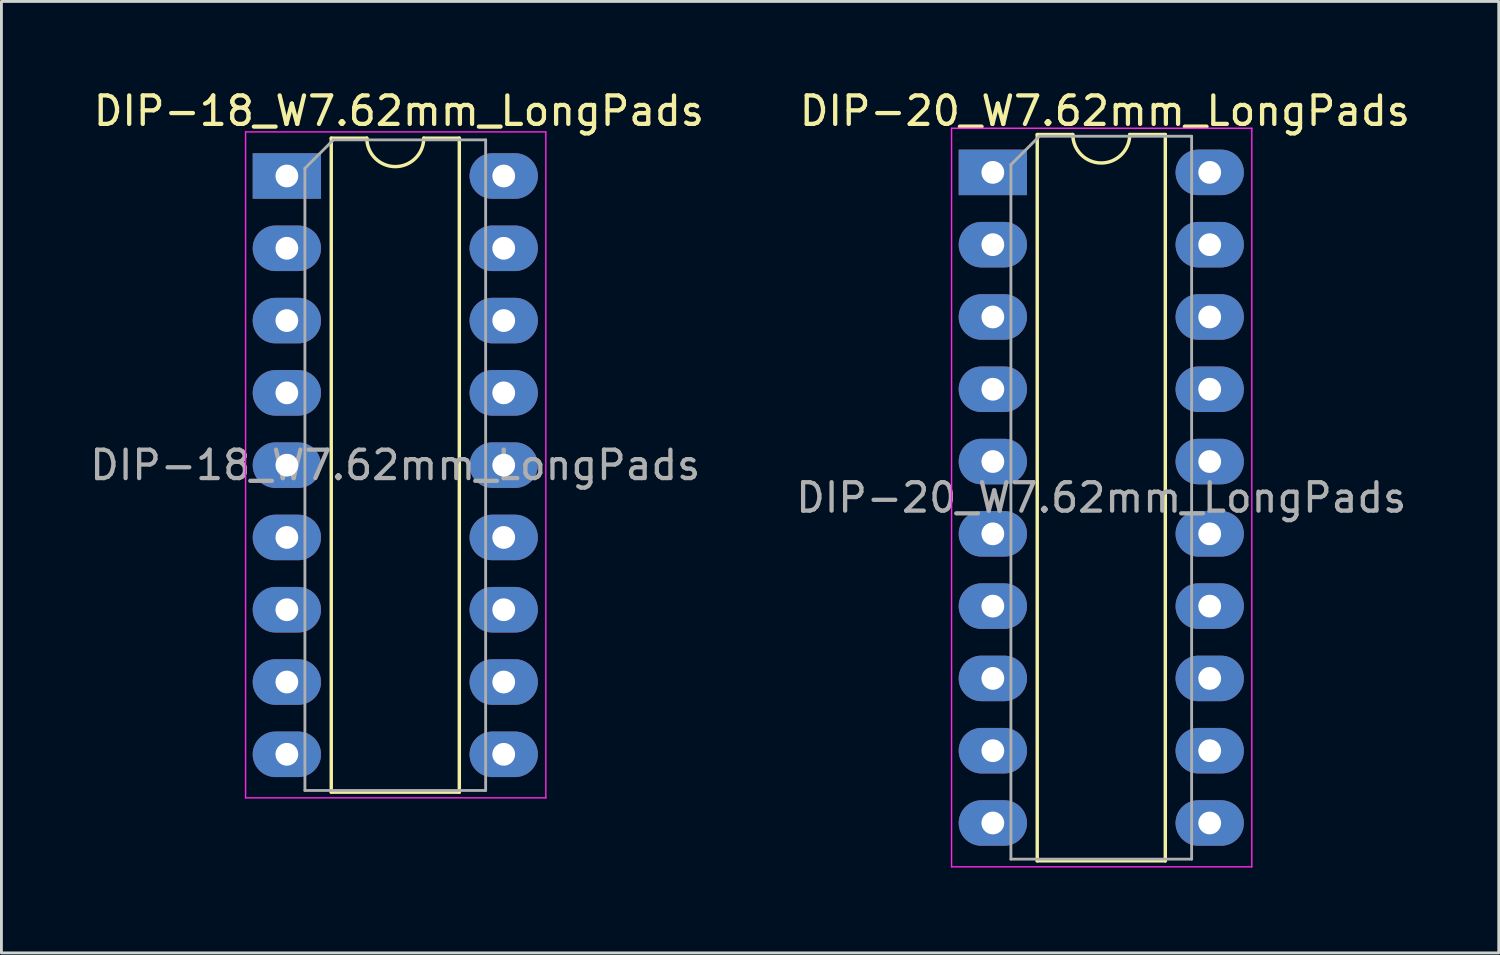
<source format=kicad_pcb>
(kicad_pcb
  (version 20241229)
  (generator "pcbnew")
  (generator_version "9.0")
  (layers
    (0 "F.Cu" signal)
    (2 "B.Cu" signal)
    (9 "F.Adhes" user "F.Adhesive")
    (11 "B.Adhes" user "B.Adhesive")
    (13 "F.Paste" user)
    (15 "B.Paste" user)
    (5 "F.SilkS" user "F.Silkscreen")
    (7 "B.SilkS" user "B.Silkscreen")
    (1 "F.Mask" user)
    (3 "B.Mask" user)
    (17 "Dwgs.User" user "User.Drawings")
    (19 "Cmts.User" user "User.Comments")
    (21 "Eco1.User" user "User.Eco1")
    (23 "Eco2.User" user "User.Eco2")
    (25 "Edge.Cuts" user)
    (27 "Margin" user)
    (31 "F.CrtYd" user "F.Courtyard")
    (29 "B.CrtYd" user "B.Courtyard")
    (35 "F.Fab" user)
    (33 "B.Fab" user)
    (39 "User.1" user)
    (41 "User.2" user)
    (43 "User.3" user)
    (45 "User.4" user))
  (footprint "DIP-18_W7.62mm_LongPads"
    (layer "F.Cu")
    (at 7.029 3.134)
    (property "Reference" "DIP-18_W7.62mm_LongPads" (at 3.937 -2.286 180) (layer "F.SilkS") (effects (font (size 1 1) (thickness 0.15))))
    (attr through_hole)
    (fp_line (start 1.56 -1.33) (end 1.56 21.65) (stroke (width 0.12) (type solid)) (layer "F.SilkS"))
    (fp_line (start 1.56 21.65) (end 6.06 21.65) (stroke (width 0.12) (type solid)) (layer "F.SilkS"))
    (fp_line (start 2.81 -1.33) (end 1.56 -1.33) (stroke (width 0.12) (type solid)) (layer "F.SilkS"))
    (fp_line (start 6.06 -1.33) (end 4.81 -1.33) (stroke (width 0.12) (type solid)) (layer "F.SilkS"))
    (fp_line (start 6.06 21.65) (end 6.06 -1.33) (stroke (width 0.12) (type solid)) (layer "F.SilkS"))
    (fp_arc (start 4.81 -1.33) (mid 3.81 -0.33) (end 2.81 -1.33) (stroke (width 0.12) (type solid)) (layer "F.SilkS"))
    (fp_line (start -1.45 -1.55) (end -1.45 21.85) (stroke (width 0.05) (type solid)) (layer "F.CrtYd"))
    (fp_line (start -1.45 21.85) (end 9.1 21.85) (stroke (width 0.05) (type solid)) (layer "F.CrtYd"))
    (fp_line (start 9.1 -1.55) (end -1.45 -1.55) (stroke (width 0.05) (type solid)) (layer "F.CrtYd"))
    (fp_line (start 9.1 21.85) (end 9.1 -1.55) (stroke (width 0.05) (type solid)) (layer "F.CrtYd"))
    (fp_line (start 0.635 -0.27) (end 1.635 -1.27) (stroke (width 0.1) (type solid)) (layer "F.Fab"))
    (fp_line (start 0.635 21.59) (end 0.635 -0.27) (stroke (width 0.1) (type solid)) (layer "F.Fab"))
    (fp_line (start 1.635 -1.27) (end 6.985 -1.27) (stroke (width 0.1) (type solid)) (layer "F.Fab"))
    (fp_line (start 6.985 -1.27) (end 6.985 21.59) (stroke (width 0.1) (type solid)) (layer "F.Fab"))
    (fp_line (start 6.985 21.59) (end 0.635 21.59) (stroke (width 0.1) (type solid)) (layer "F.Fab"))
    (fp_text user "${REFERENCE}" (at 3.81 10.16 0) (layer "F.Fab") (effects (font (size 1 1) (thickness 0.15))))
    (pad "1" thru_hole rect (at 0 0) (size 2.4 1.6) (drill 0.8) (layers "*.Cu" "*.Mask"))
    (pad "2" thru_hole oval (at 0 2.54) (size 2.4 1.6) (drill 0.8) (layers "*.Cu" "*.Mask"))
    (pad "3" thru_hole oval (at 0 5.08) (size 2.4 1.6) (drill 0.8) (layers "*.Cu" "*.Mask"))
    (pad "4" thru_hole oval (at 0 7.62) (size 2.4 1.6) (drill 0.8) (layers "*.Cu" "*.Mask"))
    (pad "5" thru_hole oval (at 0 10.16) (size 2.4 1.6) (drill 0.8) (layers "*.Cu" "*.Mask"))
    (pad "6" thru_hole oval (at 0 12.7) (size 2.4 1.6) (drill 0.8) (layers "*.Cu" "*.Mask"))
    (pad "7" thru_hole oval (at 0 15.24) (size 2.4 1.6) (drill 0.8) (layers "*.Cu" "*.Mask"))
    (pad "8" thru_hole oval (at 0 17.78) (size 2.4 1.6) (drill 0.8) (layers "*.Cu" "*.Mask"))
    (pad "9" thru_hole oval (at 0 20.32) (size 2.4 1.6) (drill 0.8) (layers "*.Cu" "*.Mask"))
    (pad "10" thru_hole oval (at 7.62 20.32) (size 2.4 1.6) (drill 0.8) (layers "*.Cu" "*.Mask"))
    (pad "11" thru_hole oval (at 7.62 17.78) (size 2.4 1.6) (drill 0.8) (layers "*.Cu" "*.Mask"))
    (pad "12" thru_hole oval (at 7.62 15.24) (size 2.4 1.6) (drill 0.8) (layers "*.Cu" "*.Mask"))
    (pad "13" thru_hole oval (at 7.62 12.7) (size 2.4 1.6) (drill 0.8) (layers "*.Cu" "*.Mask"))
    (pad "14" thru_hole oval (at 7.62 10.16) (size 2.4 1.6) (drill 0.8) (layers "*.Cu" "*.Mask"))
    (pad "15" thru_hole oval (at 7.62 7.62) (size 2.4 1.6) (drill 0.8) (layers "*.Cu" "*.Mask"))
    (pad "16" thru_hole oval (at 7.62 5.08) (size 2.4 1.6) (drill 0.8) (layers "*.Cu" "*.Mask"))
    (pad "17" thru_hole oval (at 7.62 2.54) (size 2.4 1.6) (drill 0.8) (layers "*.Cu" "*.Mask"))
    (pad "18" thru_hole oval (at 7.62 0) (size 2.4 1.6) (drill 0.8) (layers "*.Cu" "*.Mask")))
  (footprint "DIP-20_W7.62mm_LongPads"
    (layer "F.Cu")
    (at 31.835 3.007)
    (property "Reference" "DIP-20_W7.62mm_LongPads" (at 3.937 -2.159 180) (layer "F.SilkS") (effects (font (size 1 1) (thickness 0.15))))
    (attr through_hole)
    (fp_line (start 1.56 -1.33) (end 1.56 24.19) (stroke (width 0.12) (type solid)) (layer "F.SilkS"))
    (fp_line (start 1.56 24.19) (end 6.06 24.19) (stroke (width 0.12) (type solid)) (layer "F.SilkS"))
    (fp_line (start 2.81 -1.33) (end 1.56 -1.33) (stroke (width 0.12) (type solid)) (layer "F.SilkS"))
    (fp_line (start 6.06 -1.33) (end 4.81 -1.33) (stroke (width 0.12) (type solid)) (layer "F.SilkS"))
    (fp_line (start 6.06 24.19) (end 6.06 -1.33) (stroke (width 0.12) (type solid)) (layer "F.SilkS"))
    (fp_arc (start 4.81 -1.33) (mid 3.81 -0.33) (end 2.81 -1.33) (stroke (width 0.12) (type solid)) (layer "F.SilkS"))
    (fp_line (start -1.45 -1.55) (end -1.45 24.4) (stroke (width 0.05) (type solid)) (layer "F.CrtYd"))
    (fp_line (start -1.45 24.4) (end 9.1 24.4) (stroke (width 0.05) (type solid)) (layer "F.CrtYd"))
    (fp_line (start 9.1 -1.55) (end -1.45 -1.55) (stroke (width 0.05) (type solid)) (layer "F.CrtYd"))
    (fp_line (start 9.1 24.4) (end 9.1 -1.55) (stroke (width 0.05) (type solid)) (layer "F.CrtYd"))
    (fp_line (start 0.635 -0.27) (end 1.635 -1.27) (stroke (width 0.1) (type solid)) (layer "F.Fab"))
    (fp_line (start 0.635 24.13) (end 0.635 -0.27) (stroke (width 0.1) (type solid)) (layer "F.Fab"))
    (fp_line (start 1.635 -1.27) (end 6.985 -1.27) (stroke (width 0.1) (type solid)) (layer "F.Fab"))
    (fp_line (start 6.985 -1.27) (end 6.985 24.13) (stroke (width 0.1) (type solid)) (layer "F.Fab"))
    (fp_line (start 6.985 24.13) (end 0.635 24.13) (stroke (width 0.1) (type solid)) (layer "F.Fab"))
    (fp_text user "${REFERENCE}" (at 3.81 11.43 0) (layer "F.Fab") (effects (font (size 1 1) (thickness 0.15))))
    (pad "1" thru_hole rect (at 0 0) (size 2.4 1.6) (drill 0.8) (layers "*.Cu" "*.Mask"))
    (pad "2" thru_hole oval (at 0 2.54) (size 2.4 1.6) (drill 0.8) (layers "*.Cu" "*.Mask"))
    (pad "3" thru_hole oval (at 0 5.08) (size 2.4 1.6) (drill 0.8) (layers "*.Cu" "*.Mask"))
    (pad "4" thru_hole oval (at 0 7.62) (size 2.4 1.6) (drill 0.8) (layers "*.Cu" "*.Mask"))
    (pad "5" thru_hole oval (at 0 10.16) (size 2.4 1.6) (drill 0.8) (layers "*.Cu" "*.Mask"))
    (pad "6" thru_hole oval (at 0 12.7) (size 2.4 1.6) (drill 0.8) (layers "*.Cu" "*.Mask"))
    (pad "7" thru_hole oval (at 0 15.24) (size 2.4 1.6) (drill 0.8) (layers "*.Cu" "*.Mask"))
    (pad "8" thru_hole oval (at 0 17.78) (size 2.4 1.6) (drill 0.8) (layers "*.Cu" "*.Mask"))
    (pad "9" thru_hole oval (at 0 20.32) (size 2.4 1.6) (drill 0.8) (layers "*.Cu" "*.Mask"))
    (pad "10" thru_hole oval (at 0 22.86) (size 2.4 1.6) (drill 0.8) (layers "*.Cu" "*.Mask"))
    (pad "11" thru_hole oval (at 7.62 22.86) (size 2.4 1.6) (drill 0.8) (layers "*.Cu" "*.Mask"))
    (pad "12" thru_hole oval (at 7.62 20.32) (size 2.4 1.6) (drill 0.8) (layers "*.Cu" "*.Mask"))
    (pad "13" thru_hole oval (at 7.62 17.78) (size 2.4 1.6) (drill 0.8) (layers "*.Cu" "*.Mask"))
    (pad "14" thru_hole oval (at 7.62 15.24) (size 2.4 1.6) (drill 0.8) (layers "*.Cu" "*.Mask"))
    (pad "15" thru_hole oval (at 7.62 12.7) (size 2.4 1.6) (drill 0.8) (layers "*.Cu" "*.Mask"))
    (pad "16" thru_hole oval (at 7.62 10.16) (size 2.4 1.6) (drill 0.8) (layers "*.Cu" "*.Mask"))
    (pad "17" thru_hole oval (at 7.62 7.62) (size 2.4 1.6) (drill 0.8) (layers "*.Cu" "*.Mask"))
    (pad "18" thru_hole oval (at 7.62 5.08) (size 2.4 1.6) (drill 0.8) (layers "*.Cu" "*.Mask"))
    (pad "19" thru_hole oval (at 7.62 2.54) (size 2.4 1.6) (drill 0.8) (layers "*.Cu" "*.Mask"))
    (pad "20" thru_hole oval (at 7.62 0) (size 2.4 1.6) (drill 0.8) (layers "*.Cu" "*.Mask")))
  (gr_rect
    (start -3 -3)
    (end 49.611 30.432)
    (stroke (width 0.1) (type default))
    (fill no)
    (layer "Edge.Cuts")))
</source>
